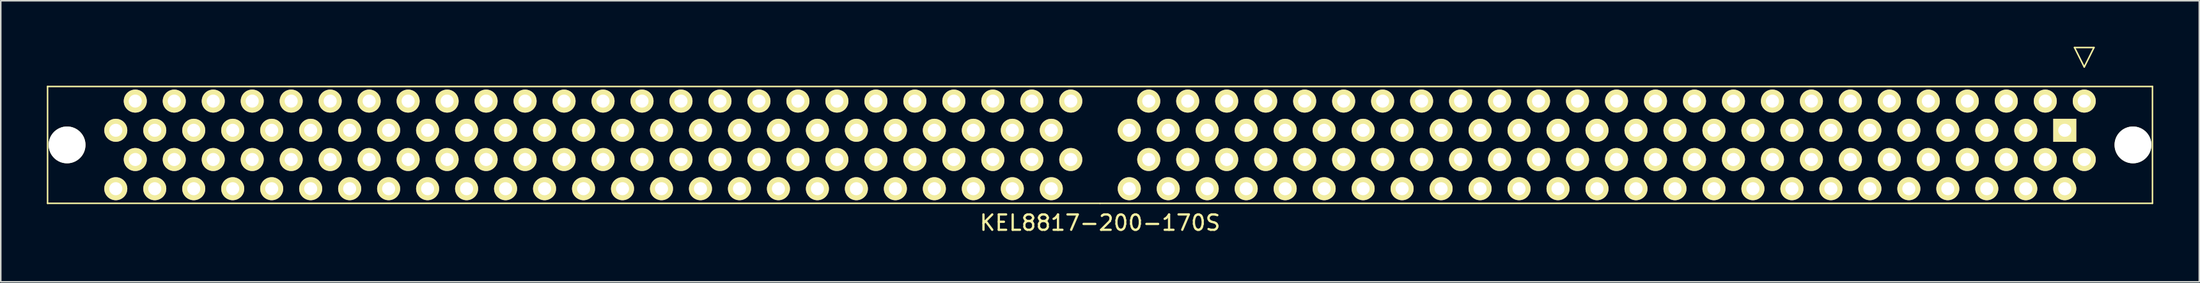
<source format=kicad_pcb>
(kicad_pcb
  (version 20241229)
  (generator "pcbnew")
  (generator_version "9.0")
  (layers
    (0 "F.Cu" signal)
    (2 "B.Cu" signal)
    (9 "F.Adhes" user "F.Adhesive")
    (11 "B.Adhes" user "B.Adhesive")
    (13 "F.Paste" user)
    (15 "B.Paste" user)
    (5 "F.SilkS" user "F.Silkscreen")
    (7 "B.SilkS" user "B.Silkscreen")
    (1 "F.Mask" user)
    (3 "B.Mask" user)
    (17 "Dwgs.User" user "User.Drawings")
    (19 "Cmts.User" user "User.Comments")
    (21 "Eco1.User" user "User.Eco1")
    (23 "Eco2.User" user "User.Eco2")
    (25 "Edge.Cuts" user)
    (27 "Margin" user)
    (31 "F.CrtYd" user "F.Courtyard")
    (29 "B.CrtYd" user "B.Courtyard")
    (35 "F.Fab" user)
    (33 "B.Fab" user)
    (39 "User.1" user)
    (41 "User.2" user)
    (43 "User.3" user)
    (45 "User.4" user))
  (footprint "KEL8817-200-170S"
    (layer "F.Cu")
    (at 68.63 6.4)
    (property "Reference" "KEL8817-200-170S" (at 0 5.08 0) (layer "F.SilkS") (effects (font (size 1 1) (thickness 0.15))))
    (attr through_hole)
    (fp_line (start -68.58 -3.81) (end -68.58 3.81) (stroke (width 0.1) (type solid)) (layer "F.SilkS"))
    (fp_line (start -68.58 3.81) (end 0 3.81) (stroke (width 0.1) (type solid)) (layer "F.SilkS"))
    (fp_line (start 0 3.81) (end 68.58 3.81) (stroke (width 0.1) (type solid)) (layer "F.SilkS"))
    (fp_line (start 63.5 -6.35) (end 64.77 -6.35) (stroke (width 0.1) (type solid)) (layer "F.SilkS"))
    (fp_line (start 64.135 -5.08) (end 63.5 -6.35) (stroke (width 0.1) (type solid)) (layer "F.SilkS"))
    (fp_line (start 64.77 -6.35) (end 64.135 -5.08) (stroke (width 0.1) (type solid)) (layer "F.SilkS"))
    (fp_line (start 68.58 -3.81) (end -68.58 -3.81) (stroke (width 0.1) (type solid)) (layer "F.SilkS"))
    (fp_line (start 68.58 3.81) (end 68.58 -3.81) (stroke (width 0.1) (type solid)) (layer "F.SilkS"))
    (pad "" np_thru_hole circle (at -67.31 0) (size 2.4 2.4) (drill 2.4) (layers "*.Cu" "*.Mask" "F.SilkS"))
    (pad "" np_thru_hole circle (at 67.31 0) (size 2.4 2.4) (drill 2.4) (layers "*.Cu" "*.Mask" "F.SilkS"))
    (pad "1" thru_hole rect (at 62.865 -0.953 90) (size 1.5 1.5) (drill 0.85) (layers "*.Cu" "*.Mask" "F.SilkS"))
    (pad "2" thru_hole circle (at 62.865 2.857 90) (size 1.5 1.5) (drill 0.85) (layers "*.Cu" "*.Mask" "F.SilkS"))
    (pad "3" thru_hole circle (at 64.135 -2.857 90) (size 1.5 1.5) (drill 0.85) (layers "*.Cu" "*.Mask" "F.SilkS"))
    (pad "4" thru_hole circle (at 64.135 0.953 90) (size 1.5 1.5) (drill 0.85) (layers "*.Cu" "*.Mask" "F.SilkS"))
    (pad "5" thru_hole circle (at 60.325 -0.953 90) (size 1.5 1.5) (drill 0.85) (layers "*.Cu" "*.Mask" "F.SilkS"))
    (pad "6" thru_hole circle (at 60.325 2.857 90) (size 1.5 1.5) (drill 0.85) (layers "*.Cu" "*.Mask" "F.SilkS"))
    (pad "7" thru_hole circle (at 61.595 -2.857 90) (size 1.5 1.5) (drill 0.85) (layers "*.Cu" "*.Mask" "F.SilkS"))
    (pad "8" thru_hole circle (at 61.595 0.953 90) (size 1.5 1.5) (drill 0.85) (layers "*.Cu" "*.Mask" "F.SilkS"))
    (pad "9" thru_hole circle (at 57.785 -0.953 90) (size 1.5 1.5) (drill 0.85) (layers "*.Cu" "*.Mask" "F.SilkS"))
    (pad "10" thru_hole circle (at 57.785 2.857 90) (size 1.5 1.5) (drill 0.85) (layers "*.Cu" "*.Mask" "F.SilkS"))
    (pad "11" thru_hole circle (at 59.055 -2.857 90) (size 1.5 1.5) (drill 0.85) (layers "*.Cu" "*.Mask" "F.SilkS"))
    (pad "12" thru_hole circle (at 59.055 0.953 90) (size 1.5 1.5) (drill 0.85) (layers "*.Cu" "*.Mask" "F.SilkS"))
    (pad "13" thru_hole circle (at 55.245 -0.953 90) (size 1.5 1.5) (drill 0.85) (layers "*.Cu" "*.Mask" "F.SilkS"))
    (pad "14" thru_hole circle (at 55.245 2.857 90) (size 1.5 1.5) (drill 0.85) (layers "*.Cu" "*.Mask" "F.SilkS"))
    (pad "15" thru_hole circle (at 56.515 -2.857 90) (size 1.5 1.5) (drill 0.85) (layers "*.Cu" "*.Mask" "F.SilkS"))
    (pad "16" thru_hole circle (at 56.515 0.953 90) (size 1.5 1.5) (drill 0.85) (layers "*.Cu" "*.Mask" "F.SilkS"))
    (pad "17" thru_hole circle (at 52.705 -0.953 90) (size 1.5 1.5) (drill 0.85) (layers "*.Cu" "*.Mask" "F.SilkS"))
    (pad "18" thru_hole circle (at 52.705 2.857 90) (size 1.5 1.5) (drill 0.85) (layers "*.Cu" "*.Mask" "F.SilkS"))
    (pad "19" thru_hole circle (at 53.975 -2.857 90) (size 1.5 1.5) (drill 0.85) (layers "*.Cu" "*.Mask" "F.SilkS"))
    (pad "20" thru_hole circle (at 53.975 0.953 90) (size 1.5 1.5) (drill 0.85) (layers "*.Cu" "*.Mask" "F.SilkS"))
    (pad "21" thru_hole circle (at 50.165 -0.953 90) (size 1.5 1.5) (drill 0.85) (layers "*.Cu" "*.Mask" "F.SilkS"))
    (pad "22" thru_hole circle (at 50.165 2.857 90) (size 1.5 1.5) (drill 0.85) (layers "*.Cu" "*.Mask" "F.SilkS"))
    (pad "23" thru_hole circle (at 51.435 -2.857 90) (size 1.5 1.5) (drill 0.85) (layers "*.Cu" "*.Mask" "F.SilkS"))
    (pad "24" thru_hole circle (at 51.435 0.953 90) (size 1.5 1.5) (drill 0.85) (layers "*.Cu" "*.Mask" "F.SilkS"))
    (pad "25" thru_hole circle (at 47.625 -0.953 90) (size 1.5 1.5) (drill 0.85) (layers "*.Cu" "*.Mask" "F.SilkS"))
    (pad "26" thru_hole circle (at 47.625 2.857 90) (size 1.5 1.5) (drill 0.85) (layers "*.Cu" "*.Mask" "F.SilkS"))
    (pad "27" thru_hole circle (at 48.895 -2.857 90) (size 1.5 1.5) (drill 0.85) (layers "*.Cu" "*.Mask" "F.SilkS"))
    (pad "28" thru_hole circle (at 48.895 0.953 90) (size 1.5 1.5) (drill 0.85) (layers "*.Cu" "*.Mask" "F.SilkS"))
    (pad "29" thru_hole circle (at 45.085 -0.953 90) (size 1.5 1.5) (drill 0.85) (layers "*.Cu" "*.Mask" "F.SilkS"))
    (pad "30" thru_hole circle (at 45.085 2.857 90) (size 1.5 1.5) (drill 0.85) (layers "*.Cu" "*.Mask" "F.SilkS"))
    (pad "31" thru_hole circle (at 46.355 -2.857 90) (size 1.5 1.5) (drill 0.85) (layers "*.Cu" "*.Mask" "F.SilkS"))
    (pad "32" thru_hole circle (at 46.355 0.953 90) (size 1.5 1.5) (drill 0.85) (layers "*.Cu" "*.Mask" "F.SilkS"))
    (pad "33" thru_hole circle (at 42.545 -0.953 90) (size 1.5 1.5) (drill 0.85) (layers "*.Cu" "*.Mask" "F.SilkS"))
    (pad "34" thru_hole circle (at 42.545 2.857 90) (size 1.5 1.5) (drill 0.85) (layers "*.Cu" "*.Mask" "F.SilkS"))
    (pad "35" thru_hole circle (at 43.815 -2.857 90) (size 1.5 1.5) (drill 0.85) (layers "*.Cu" "*.Mask" "F.SilkS"))
    (pad "36" thru_hole circle (at 43.815 0.953 90) (size 1.5 1.5) (drill 0.85) (layers "*.Cu" "*.Mask" "F.SilkS"))
    (pad "37" thru_hole circle (at 40.005 -0.953 90) (size 1.5 1.5) (drill 0.85) (layers "*.Cu" "*.Mask" "F.SilkS"))
    (pad "38" thru_hole circle (at 40.005 2.857 90) (size 1.5 1.5) (drill 0.85) (layers "*.Cu" "*.Mask" "F.SilkS"))
    (pad "39" thru_hole circle (at 41.275 -2.857 90) (size 1.5 1.5) (drill 0.85) (layers "*.Cu" "*.Mask" "F.SilkS"))
    (pad "40" thru_hole circle (at 41.275 0.953 90) (size 1.5 1.5) (drill 0.85) (layers "*.Cu" "*.Mask" "F.SilkS"))
    (pad "41" thru_hole circle (at 37.465 -0.953 90) (size 1.5 1.5) (drill 0.85) (layers "*.Cu" "*.Mask" "F.SilkS"))
    (pad "42" thru_hole circle (at 37.465 2.857 90) (size 1.5 1.5) (drill 0.85) (layers "*.Cu" "*.Mask" "F.SilkS"))
    (pad "43" thru_hole circle (at 38.735 -2.857 90) (size 1.5 1.5) (drill 0.85) (layers "*.Cu" "*.Mask" "F.SilkS"))
    (pad "44" thru_hole circle (at 38.735 0.953 90) (size 1.5 1.5) (drill 0.85) (layers "*.Cu" "*.Mask" "F.SilkS"))
    (pad "45" thru_hole circle (at 34.925 -0.953 90) (size 1.5 1.5) (drill 0.85) (layers "*.Cu" "*.Mask" "F.SilkS"))
    (pad "46" thru_hole circle (at 34.925 2.857 90) (size 1.5 1.5) (drill 0.85) (layers "*.Cu" "*.Mask" "F.SilkS"))
    (pad "47" thru_hole circle (at 36.195 -2.857 90) (size 1.5 1.5) (drill 0.85) (layers "*.Cu" "*.Mask" "F.SilkS"))
    (pad "48" thru_hole circle (at 36.195 0.953 90) (size 1.5 1.5) (drill 0.85) (layers "*.Cu" "*.Mask" "F.SilkS"))
    (pad "49" thru_hole circle (at 32.385 -0.953 90) (size 1.5 1.5) (drill 0.85) (layers "*.Cu" "*.Mask" "F.SilkS"))
    (pad "50" thru_hole circle (at 32.385 2.857 90) (size 1.5 1.5) (drill 0.85) (layers "*.Cu" "*.Mask" "F.SilkS"))
    (pad "51" thru_hole circle (at 33.655 -2.857 90) (size 1.5 1.5) (drill 0.85) (layers "*.Cu" "*.Mask" "F.SilkS"))
    (pad "52" thru_hole circle (at 33.655 0.953 90) (size 1.5 1.5) (drill 0.85) (layers "*.Cu" "*.Mask" "F.SilkS"))
    (pad "53" thru_hole circle (at 29.845 -0.953 90) (size 1.5 1.5) (drill 0.85) (layers "*.Cu" "*.Mask" "F.SilkS"))
    (pad "54" thru_hole circle (at 29.845 2.857 90) (size 1.5 1.5) (drill 0.85) (layers "*.Cu" "*.Mask" "F.SilkS"))
    (pad "55" thru_hole circle (at 31.115 -2.857 90) (size 1.5 1.5) (drill 0.85) (layers "*.Cu" "*.Mask" "F.SilkS"))
    (pad "56" thru_hole circle (at 31.115 0.953 90) (size 1.5 1.5) (drill 0.85) (layers "*.Cu" "*.Mask" "F.SilkS"))
    (pad "57" thru_hole circle (at 27.305 -0.953 90) (size 1.5 1.5) (drill 0.85) (layers "*.Cu" "*.Mask" "F.SilkS"))
    (pad "58" thru_hole circle (at 27.305 2.857 90) (size 1.5 1.5) (drill 0.85) (layers "*.Cu" "*.Mask" "F.SilkS"))
    (pad "59" thru_hole circle (at 28.575 -2.857 90) (size 1.5 1.5) (drill 0.85) (layers "*.Cu" "*.Mask" "F.SilkS"))
    (pad "60" thru_hole circle (at 28.575 0.953 90) (size 1.5 1.5) (drill 0.85) (layers "*.Cu" "*.Mask" "F.SilkS"))
    (pad "61" thru_hole circle (at 24.765 -0.953 90) (size 1.5 1.5) (drill 0.85) (layers "*.Cu" "*.Mask" "F.SilkS"))
    (pad "62" thru_hole circle (at 24.765 2.857 90) (size 1.5 1.5) (drill 0.85) (layers "*.Cu" "*.Mask" "F.SilkS"))
    (pad "63" thru_hole circle (at 26.035 -2.857 90) (size 1.5 1.5) (drill 0.85) (layers "*.Cu" "*.Mask" "F.SilkS"))
    (pad "64" thru_hole circle (at 26.035 0.953 90) (size 1.5 1.5) (drill 0.85) (layers "*.Cu" "*.Mask" "F.SilkS"))
    (pad "65" thru_hole circle (at 22.225 -0.953 90) (size 1.5 1.5) (drill 0.85) (layers "*.Cu" "*.Mask" "F.SilkS"))
    (pad "66" thru_hole circle (at 22.225 2.857 90) (size 1.5 1.5) (drill 0.85) (layers "*.Cu" "*.Mask" "F.SilkS"))
    (pad "67" thru_hole circle (at 23.495 -2.857 90) (size 1.5 1.5) (drill 0.85) (layers "*.Cu" "*.Mask" "F.SilkS"))
    (pad "68" thru_hole circle (at 23.495 0.953 90) (size 1.5 1.5) (drill 0.85) (layers "*.Cu" "*.Mask" "F.SilkS"))
    (pad "69" thru_hole circle (at 19.685 -0.953 90) (size 1.5 1.5) (drill 0.85) (layers "*.Cu" "*.Mask" "F.SilkS"))
    (pad "70" thru_hole circle (at 19.685 2.857 90) (size 1.5 1.5) (drill 0.85) (layers "*.Cu" "*.Mask" "F.SilkS"))
    (pad "71" thru_hole circle (at 20.955 -2.857 90) (size 1.5 1.5) (drill 0.85) (layers "*.Cu" "*.Mask" "F.SilkS"))
    (pad "72" thru_hole circle (at 20.955 0.953 90) (size 1.5 1.5) (drill 0.85) (layers "*.Cu" "*.Mask" "F.SilkS"))
    (pad "73" thru_hole circle (at 17.145 -0.953 90) (size 1.5 1.5) (drill 0.85) (layers "*.Cu" "*.Mask" "F.SilkS"))
    (pad "74" thru_hole circle (at 17.145 2.857 90) (size 1.5 1.5) (drill 0.85) (layers "*.Cu" "*.Mask" "F.SilkS"))
    (pad "75" thru_hole circle (at 18.415 -2.857 90) (size 1.5 1.5) (drill 0.85) (layers "*.Cu" "*.Mask" "F.SilkS"))
    (pad "76" thru_hole circle (at 18.415 0.953 90) (size 1.5 1.5) (drill 0.85) (layers "*.Cu" "*.Mask" "F.SilkS"))
    (pad "77" thru_hole circle (at 14.605 -0.953 90) (size 1.5 1.5) (drill 0.85) (layers "*.Cu" "*.Mask" "F.SilkS"))
    (pad "78" thru_hole circle (at 14.605 2.857 90) (size 1.5 1.5) (drill 0.85) (layers "*.Cu" "*.Mask" "F.SilkS"))
    (pad "79" thru_hole circle (at 15.875 -2.857 90) (size 1.5 1.5) (drill 0.85) (layers "*.Cu" "*.Mask" "F.SilkS"))
    (pad "80" thru_hole circle (at 15.875 0.953 90) (size 1.5 1.5) (drill 0.85) (layers "*.Cu" "*.Mask" "F.SilkS"))
    (pad "81" thru_hole circle (at 12.065 -0.953 90) (size 1.5 1.5) (drill 0.85) (layers "*.Cu" "*.Mask" "F.SilkS"))
    (pad "82" thru_hole circle (at 12.065 2.857 90) (size 1.5 1.5) (drill 0.85) (layers "*.Cu" "*.Mask" "F.SilkS"))
    (pad "83" thru_hole circle (at 13.335 -2.857 90) (size 1.5 1.5) (drill 0.85) (layers "*.Cu" "*.Mask" "F.SilkS"))
    (pad "84" thru_hole circle (at 13.335 0.953 90) (size 1.5 1.5) (drill 0.85) (layers "*.Cu" "*.Mask" "F.SilkS"))
    (pad "85" thru_hole circle (at 9.525 -0.953 90) (size 1.5 1.5) (drill 0.85) (layers "*.Cu" "*.Mask" "F.SilkS"))
    (pad "86" thru_hole circle (at 9.525 2.857 90) (size 1.5 1.5) (drill 0.85) (layers "*.Cu" "*.Mask" "F.SilkS"))
    (pad "87" thru_hole circle (at 10.795 -2.857 90) (size 1.5 1.5) (drill 0.85) (layers "*.Cu" "*.Mask" "F.SilkS"))
    (pad "88" thru_hole circle (at 10.795 0.953 90) (size 1.5 1.5) (drill 0.85) (layers "*.Cu" "*.Mask" "F.SilkS"))
    (pad "89" thru_hole circle (at 6.985 -0.953 90) (size 1.5 1.5) (drill 0.85) (layers "*.Cu" "*.Mask" "F.SilkS"))
    (pad "90" thru_hole circle (at 6.985 2.857 90) (size 1.5 1.5) (drill 0.85) (layers "*.Cu" "*.Mask" "F.SilkS"))
    (pad "91" thru_hole circle (at 8.255 -2.857 90) (size 1.5 1.5) (drill 0.85) (layers "*.Cu" "*.Mask" "F.SilkS"))
    (pad "92" thru_hole circle (at 8.255 0.953 90) (size 1.5 1.5) (drill 0.85) (layers "*.Cu" "*.Mask" "F.SilkS"))
    (pad "93" thru_hole circle (at 4.445 -0.953 90) (size 1.5 1.5) (drill 0.85) (layers "*.Cu" "*.Mask" "F.SilkS"))
    (pad "94" thru_hole circle (at 4.445 2.857 90) (size 1.5 1.5) (drill 0.85) (layers "*.Cu" "*.Mask" "F.SilkS"))
    (pad "95" thru_hole circle (at 5.715 -2.857 90) (size 1.5 1.5) (drill 0.85) (layers "*.Cu" "*.Mask" "F.SilkS"))
    (pad "96" thru_hole circle (at 5.715 0.953 90) (size 1.5 1.5) (drill 0.85) (layers "*.Cu" "*.Mask" "F.SilkS"))
    (pad "97" thru_hole circle (at 1.905 -0.953 90) (size 1.5 1.5) (drill 0.85) (layers "*.Cu" "*.Mask" "F.SilkS"))
    (pad "98" thru_hole circle (at 1.905 2.857 90) (size 1.5 1.5) (drill 0.85) (layers "*.Cu" "*.Mask" "F.SilkS"))
    (pad "99" thru_hole circle (at 3.175 -2.857 90) (size 1.5 1.5) (drill 0.85) (layers "*.Cu" "*.Mask" "F.SilkS"))
    (pad "100" thru_hole circle (at 3.175 0.953 90) (size 1.5 1.5) (drill 0.85) (layers "*.Cu" "*.Mask" "F.SilkS"))
    (pad "101" thru_hole circle (at -3.175 -0.953 90) (size 1.5 1.5) (drill 0.85) (layers "*.Cu" "*.Mask" "F.SilkS"))
    (pad "102" thru_hole circle (at -3.175 2.857 90) (size 1.5 1.5) (drill 0.85) (layers "*.Cu" "*.Mask" "F.SilkS"))
    (pad "103" thru_hole circle (at -1.905 -2.857 90) (size 1.5 1.5) (drill 0.85) (layers "*.Cu" "*.Mask" "F.SilkS"))
    (pad "104" thru_hole circle (at -1.905 0.953 90) (size 1.5 1.5) (drill 0.85) (layers "*.Cu" "*.Mask" "F.SilkS"))
    (pad "105" thru_hole circle (at -5.715 -0.953 90) (size 1.5 1.5) (drill 0.85) (layers "*.Cu" "*.Mask" "F.SilkS"))
    (pad "106" thru_hole circle (at -5.715 2.857 90) (size 1.5 1.5) (drill 0.85) (layers "*.Cu" "*.Mask" "F.SilkS"))
    (pad "107" thru_hole circle (at -4.445 -2.857 90) (size 1.5 1.5) (drill 0.85) (layers "*.Cu" "*.Mask" "F.SilkS"))
    (pad "108" thru_hole circle (at -4.445 0.953 90) (size 1.5 1.5) (drill 0.85) (layers "*.Cu" "*.Mask" "F.SilkS"))
    (pad "109" thru_hole circle (at -8.255 -0.953 90) (size 1.5 1.5) (drill 0.85) (layers "*.Cu" "*.Mask" "F.SilkS"))
    (pad "110" thru_hole circle (at -8.255 2.857 90) (size 1.5 1.5) (drill 0.85) (layers "*.Cu" "*.Mask" "F.SilkS"))
    (pad "111" thru_hole circle (at -6.985 -2.857 90) (size 1.5 1.5) (drill 0.85) (layers "*.Cu" "*.Mask" "F.SilkS"))
    (pad "112" thru_hole circle (at -6.985 0.953 90) (size 1.5 1.5) (drill 0.85) (layers "*.Cu" "*.Mask" "F.SilkS"))
    (pad "113" thru_hole circle (at -10.795 -0.953 90) (size 1.5 1.5) (drill 0.85) (layers "*.Cu" "*.Mask" "F.SilkS"))
    (pad "114" thru_hole circle (at -10.795 2.857 90) (size 1.5 1.5) (drill 0.85) (layers "*.Cu" "*.Mask" "F.SilkS"))
    (pad "115" thru_hole circle (at -9.525 -2.857 90) (size 1.5 1.5) (drill 0.85) (layers "*.Cu" "*.Mask" "F.SilkS"))
    (pad "116" thru_hole circle (at -9.525 0.953 90) (size 1.5 1.5) (drill 0.85) (layers "*.Cu" "*.Mask" "F.SilkS"))
    (pad "117" thru_hole circle (at -13.335 -0.953 90) (size 1.5 1.5) (drill 0.85) (layers "*.Cu" "*.Mask" "F.SilkS"))
    (pad "118" thru_hole circle (at -13.335 2.857 90) (size 1.5 1.5) (drill 0.85) (layers "*.Cu" "*.Mask" "F.SilkS"))
    (pad "119" thru_hole circle (at -12.065 -2.857 90) (size 1.5 1.5) (drill 0.85) (layers "*.Cu" "*.Mask" "F.SilkS"))
    (pad "120" thru_hole circle (at -12.065 0.953 90) (size 1.5 1.5) (drill 0.85) (layers "*.Cu" "*.Mask" "F.SilkS"))
    (pad "121" thru_hole circle (at -15.875 -0.953 90) (size 1.5 1.5) (drill 0.85) (layers "*.Cu" "*.Mask" "F.SilkS"))
    (pad "122" thru_hole circle (at -15.875 2.857 90) (size 1.5 1.5) (drill 0.85) (layers "*.Cu" "*.Mask" "F.SilkS"))
    (pad "123" thru_hole circle (at -14.605 -2.857 90) (size 1.5 1.5) (drill 0.85) (layers "*.Cu" "*.Mask" "F.SilkS"))
    (pad "124" thru_hole circle (at -14.605 0.953 90) (size 1.5 1.5) (drill 0.85) (layers "*.Cu" "*.Mask" "F.SilkS"))
    (pad "125" thru_hole circle (at -18.415 -0.953 90) (size 1.5 1.5) (drill 0.85) (layers "*.Cu" "*.Mask" "F.SilkS"))
    (pad "126" thru_hole circle (at -18.415 2.857 90) (size 1.5 1.5) (drill 0.85) (layers "*.Cu" "*.Mask" "F.SilkS"))
    (pad "127" thru_hole circle (at -17.145 -2.857 90) (size 1.5 1.5) (drill 0.85) (layers "*.Cu" "*.Mask" "F.SilkS"))
    (pad "128" thru_hole circle (at -17.145 0.953 90) (size 1.5 1.5) (drill 0.85) (layers "*.Cu" "*.Mask" "F.SilkS"))
    (pad "129" thru_hole circle (at -20.955 -0.953 90) (size 1.5 1.5) (drill 0.85) (layers "*.Cu" "*.Mask" "F.SilkS"))
    (pad "130" thru_hole circle (at -20.955 2.857 90) (size 1.5 1.5) (drill 0.85) (layers "*.Cu" "*.Mask" "F.SilkS"))
    (pad "131" thru_hole circle (at -19.685 -2.857 90) (size 1.5 1.5) (drill 0.85) (layers "*.Cu" "*.Mask" "F.SilkS"))
    (pad "132" thru_hole circle (at -19.685 0.953 90) (size 1.5 1.5) (drill 0.85) (layers "*.Cu" "*.Mask" "F.SilkS"))
    (pad "133" thru_hole circle (at -23.495 -0.953 90) (size 1.5 1.5) (drill 0.85) (layers "*.Cu" "*.Mask" "F.SilkS"))
    (pad "134" thru_hole circle (at -23.495 2.857 90) (size 1.5 1.5) (drill 0.85) (layers "*.Cu" "*.Mask" "F.SilkS"))
    (pad "135" thru_hole circle (at -22.225 -2.857 90) (size 1.5 1.5) (drill 0.85) (layers "*.Cu" "*.Mask" "F.SilkS"))
    (pad "136" thru_hole circle (at -22.225 0.953 90) (size 1.5 1.5) (drill 0.85) (layers "*.Cu" "*.Mask" "F.SilkS"))
    (pad "137" thru_hole circle (at -26.035 -0.953 90) (size 1.5 1.5) (drill 0.85) (layers "*.Cu" "*.Mask" "F.SilkS"))
    (pad "138" thru_hole circle (at -26.035 2.857 90) (size 1.5 1.5) (drill 0.85) (layers "*.Cu" "*.Mask" "F.SilkS"))
    (pad "139" thru_hole circle (at -24.765 -2.857 90) (size 1.5 1.5) (drill 0.85) (layers "*.Cu" "*.Mask" "F.SilkS"))
    (pad "140" thru_hole circle (at -24.765 0.953 90) (size 1.5 1.5) (drill 0.85) (layers "*.Cu" "*.Mask" "F.SilkS"))
    (pad "141" thru_hole circle (at -28.575 -0.953 90) (size 1.5 1.5) (drill 0.85) (layers "*.Cu" "*.Mask" "F.SilkS"))
    (pad "142" thru_hole circle (at -28.575 2.857 90) (size 1.5 1.5) (drill 0.85) (layers "*.Cu" "*.Mask" "F.SilkS"))
    (pad "143" thru_hole circle (at -27.305 -2.857 90) (size 1.5 1.5) (drill 0.85) (layers "*.Cu" "*.Mask" "F.SilkS"))
    (pad "144" thru_hole circle (at -27.305 0.953 90) (size 1.5 1.5) (drill 0.85) (layers "*.Cu" "*.Mask" "F.SilkS"))
    (pad "145" thru_hole circle (at -31.115 -0.953 90) (size 1.5 1.5) (drill 0.85) (layers "*.Cu" "*.Mask" "F.SilkS"))
    (pad "146" thru_hole circle (at -31.115 2.857 90) (size 1.5 1.5) (drill 0.85) (layers "*.Cu" "*.Mask" "F.SilkS"))
    (pad "147" thru_hole circle (at -29.845 -2.857 90) (size 1.5 1.5) (drill 0.85) (layers "*.Cu" "*.Mask" "F.SilkS"))
    (pad "148" thru_hole circle (at -29.845 0.953 90) (size 1.5 1.5) (drill 0.85) (layers "*.Cu" "*.Mask" "F.SilkS"))
    (pad "149" thru_hole circle (at -33.655 -0.953 90) (size 1.5 1.5) (drill 0.85) (layers "*.Cu" "*.Mask" "F.SilkS"))
    (pad "150" thru_hole circle (at -33.655 2.857 90) (size 1.5 1.5) (drill 0.85) (layers "*.Cu" "*.Mask" "F.SilkS"))
    (pad "151" thru_hole circle (at -32.385 -2.857 90) (size 1.5 1.5) (drill 0.85) (layers "*.Cu" "*.Mask" "F.SilkS"))
    (pad "152" thru_hole circle (at -32.385 0.953 90) (size 1.5 1.5) (drill 0.85) (layers "*.Cu" "*.Mask" "F.SilkS"))
    (pad "153" thru_hole circle (at -36.195 -0.953 90) (size 1.5 1.5) (drill 0.85) (layers "*.Cu" "*.Mask" "F.SilkS"))
    (pad "154" thru_hole circle (at -36.195 2.857 90) (size 1.5 1.5) (drill 0.85) (layers "*.Cu" "*.Mask" "F.SilkS"))
    (pad "155" thru_hole circle (at -34.925 -2.857 90) (size 1.5 1.5) (drill 0.85) (layers "*.Cu" "*.Mask" "F.SilkS"))
    (pad "156" thru_hole circle (at -34.925 0.953 90) (size 1.5 1.5) (drill 0.85) (layers "*.Cu" "*.Mask" "F.SilkS"))
    (pad "157" thru_hole circle (at -38.735 -0.953 90) (size 1.5 1.5) (drill 0.85) (layers "*.Cu" "*.Mask" "F.SilkS"))
    (pad "158" thru_hole circle (at -38.735 2.857 90) (size 1.5 1.5) (drill 0.85) (layers "*.Cu" "*.Mask" "F.SilkS"))
    (pad "159" thru_hole circle (at -37.465 -2.857 90) (size 1.5 1.5) (drill 0.85) (layers "*.Cu" "*.Mask" "F.SilkS"))
    (pad "160" thru_hole circle (at -37.465 0.953 90) (size 1.5 1.5) (drill 0.85) (layers "*.Cu" "*.Mask" "F.SilkS"))
    (pad "161" thru_hole circle (at -41.275 -0.953 90) (size 1.5 1.5) (drill 0.85) (layers "*.Cu" "*.Mask" "F.SilkS"))
    (pad "162" thru_hole circle (at -41.275 2.857 90) (size 1.5 1.5) (drill 0.85) (layers "*.Cu" "*.Mask" "F.SilkS"))
    (pad "163" thru_hole circle (at -40.005 -2.857 90) (size 1.5 1.5) (drill 0.85) (layers "*.Cu" "*.Mask" "F.SilkS"))
    (pad "164" thru_hole circle (at -40.005 0.953 90) (size 1.5 1.5) (drill 0.85) (layers "*.Cu" "*.Mask" "F.SilkS"))
    (pad "165" thru_hole circle (at -43.815 -0.953 90) (size 1.5 1.5) (drill 0.85) (layers "*.Cu" "*.Mask" "F.SilkS"))
    (pad "166" thru_hole circle (at -43.815 2.857 90) (size 1.5 1.5) (drill 0.85) (layers "*.Cu" "*.Mask" "F.SilkS"))
    (pad "167" thru_hole circle (at -42.545 -2.857 90) (size 1.5 1.5) (drill 0.85) (layers "*.Cu" "*.Mask" "F.SilkS"))
    (pad "168" thru_hole circle (at -42.545 0.953 90) (size 1.5 1.5) (drill 0.85) (layers "*.Cu" "*.Mask" "F.SilkS"))
    (pad "169" thru_hole circle (at -46.355 -0.953 90) (size 1.5 1.5) (drill 0.85) (layers "*.Cu" "*.Mask" "F.SilkS"))
    (pad "170" thru_hole circle (at -46.355 2.857 90) (size 1.5 1.5) (drill 0.85) (layers "*.Cu" "*.Mask" "F.SilkS"))
    (pad "171" thru_hole circle (at -45.085 -2.857 90) (size 1.5 1.5) (drill 0.85) (layers "*.Cu" "*.Mask" "F.SilkS"))
    (pad "172" thru_hole circle (at -45.085 0.953 90) (size 1.5 1.5) (drill 0.85) (layers "*.Cu" "*.Mask" "F.SilkS"))
    (pad "173" thru_hole circle (at -48.895 -0.953 90) (size 1.5 1.5) (drill 0.85) (layers "*.Cu" "*.Mask" "F.SilkS"))
    (pad "174" thru_hole circle (at -48.895 2.857 90) (size 1.5 1.5) (drill 0.85) (layers "*.Cu" "*.Mask" "F.SilkS"))
    (pad "175" thru_hole circle (at -47.625 -2.857 90) (size 1.5 1.5) (drill 0.85) (layers "*.Cu" "*.Mask" "F.SilkS"))
    (pad "176" thru_hole circle (at -47.625 0.953 90) (size 1.5 1.5) (drill 0.85) (layers "*.Cu" "*.Mask" "F.SilkS"))
    (pad "177" thru_hole circle (at -51.435 -0.953 90) (size 1.5 1.5) (drill 0.85) (layers "*.Cu" "*.Mask" "F.SilkS"))
    (pad "178" thru_hole circle (at -51.435 2.857 90) (size 1.5 1.5) (drill 0.85) (layers "*.Cu" "*.Mask" "F.SilkS"))
    (pad "179" thru_hole circle (at -50.165 -2.857 90) (size 1.5 1.5) (drill 0.85) (layers "*.Cu" "*.Mask" "F.SilkS"))
    (pad "180" thru_hole circle (at -50.165 0.953 90) (size 1.5 1.5) (drill 0.85) (layers "*.Cu" "*.Mask" "F.SilkS"))
    (pad "181" thru_hole circle (at -53.975 -0.953 90) (size 1.5 1.5) (drill 0.85) (layers "*.Cu" "*.Mask" "F.SilkS"))
    (pad "182" thru_hole circle (at -53.975 2.857 90) (size 1.5 1.5) (drill 0.85) (layers "*.Cu" "*.Mask" "F.SilkS"))
    (pad "183" thru_hole circle (at -52.705 -2.857 90) (size 1.5 1.5) (drill 0.85) (layers "*.Cu" "*.Mask" "F.SilkS"))
    (pad "184" thru_hole circle (at -52.705 0.953 90) (size 1.5 1.5) (drill 0.85) (layers "*.Cu" "*.Mask" "F.SilkS"))
    (pad "185" thru_hole circle (at -56.515 -0.953 90) (size 1.5 1.5) (drill 0.85) (layers "*.Cu" "*.Mask" "F.SilkS"))
    (pad "186" thru_hole circle (at -56.515 2.857 90) (size 1.5 1.5) (drill 0.85) (layers "*.Cu" "*.Mask" "F.SilkS"))
    (pad "187" thru_hole circle (at -55.245 -2.857 90) (size 1.5 1.5) (drill 0.85) (layers "*.Cu" "*.Mask" "F.SilkS"))
    (pad "188" thru_hole circle (at -55.245 0.953 90) (size 1.5 1.5) (drill 0.85) (layers "*.Cu" "*.Mask" "F.SilkS"))
    (pad "189" thru_hole circle (at -59.055 -0.953 90) (size 1.5 1.5) (drill 0.85) (layers "*.Cu" "*.Mask" "F.SilkS"))
    (pad "190" thru_hole circle (at -59.055 2.857 90) (size 1.5 1.5) (drill 0.85) (layers "*.Cu" "*.Mask" "F.SilkS"))
    (pad "191" thru_hole circle (at -57.785 -2.857 90) (size 1.5 1.5) (drill 0.85) (layers "*.Cu" "*.Mask" "F.SilkS"))
    (pad "192" thru_hole circle (at -57.785 0.953 90) (size 1.5 1.5) (drill 0.85) (layers "*.Cu" "*.Mask" "F.SilkS"))
    (pad "193" thru_hole circle (at -61.595 -0.953 90) (size 1.5 1.5) (drill 0.85) (layers "*.Cu" "*.Mask" "F.SilkS"))
    (pad "194" thru_hole circle (at -61.595 2.857 90) (size 1.5 1.5) (drill 0.85) (layers "*.Cu" "*.Mask" "F.SilkS"))
    (pad "195" thru_hole circle (at -60.325 -2.857 90) (size 1.5 1.5) (drill 0.85) (layers "*.Cu" "*.Mask" "F.SilkS"))
    (pad "196" thru_hole circle (at -60.325 0.953 90) (size 1.5 1.5) (drill 0.85) (layers "*.Cu" "*.Mask" "F.SilkS"))
    (pad "197" thru_hole circle (at -64.135 -0.953 90) (size 1.5 1.5) (drill 0.85) (layers "*.Cu" "*.Mask" "F.SilkS"))
    (pad "198" thru_hole circle (at -64.135 2.857 90) (size 1.5 1.5) (drill 0.85) (layers "*.Cu" "*.Mask" "F.SilkS"))
    (pad "199" thru_hole circle (at -62.865 -2.857 90) (size 1.5 1.5) (drill 0.85) (layers "*.Cu" "*.Mask" "F.SilkS"))
    (pad "200" thru_hole circle (at -62.865 0.953 90) (size 1.5 1.5) (drill 0.85) (layers "*.Cu" "*.Mask" "F.SilkS")))
  (gr_rect
    (start -3 -3)
    (end 140.26 15.328)
    (stroke (width 0.1) (type default))
    (fill no)
    (layer "Edge.Cuts")))
</source>
